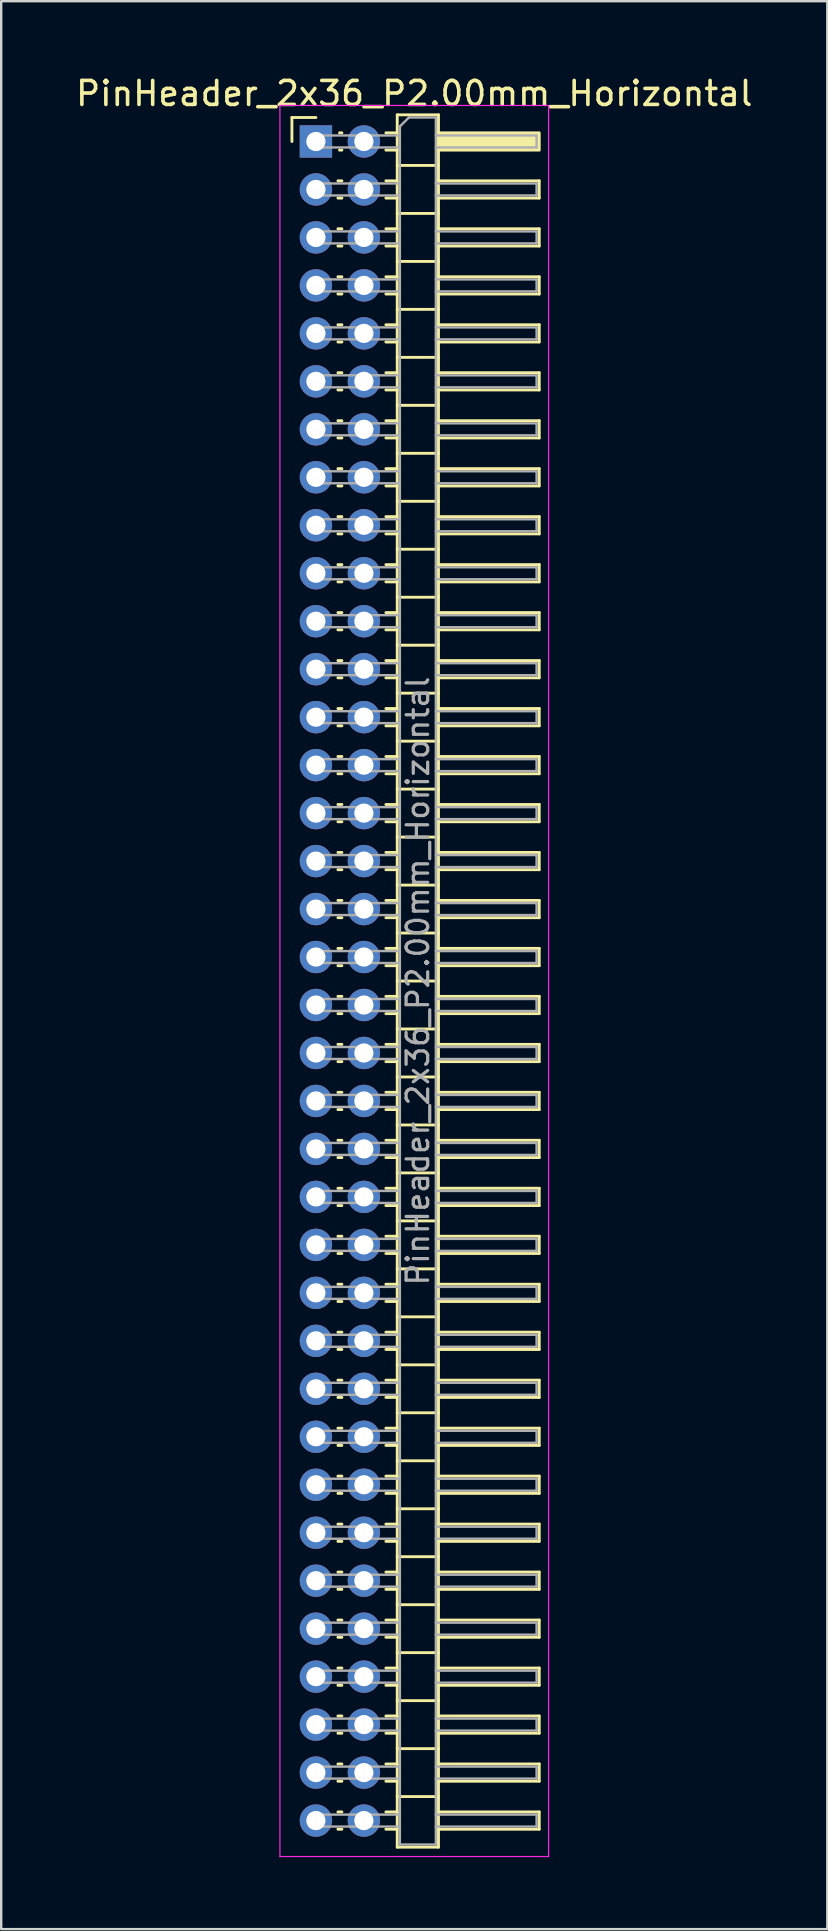
<source format=kicad_pcb>
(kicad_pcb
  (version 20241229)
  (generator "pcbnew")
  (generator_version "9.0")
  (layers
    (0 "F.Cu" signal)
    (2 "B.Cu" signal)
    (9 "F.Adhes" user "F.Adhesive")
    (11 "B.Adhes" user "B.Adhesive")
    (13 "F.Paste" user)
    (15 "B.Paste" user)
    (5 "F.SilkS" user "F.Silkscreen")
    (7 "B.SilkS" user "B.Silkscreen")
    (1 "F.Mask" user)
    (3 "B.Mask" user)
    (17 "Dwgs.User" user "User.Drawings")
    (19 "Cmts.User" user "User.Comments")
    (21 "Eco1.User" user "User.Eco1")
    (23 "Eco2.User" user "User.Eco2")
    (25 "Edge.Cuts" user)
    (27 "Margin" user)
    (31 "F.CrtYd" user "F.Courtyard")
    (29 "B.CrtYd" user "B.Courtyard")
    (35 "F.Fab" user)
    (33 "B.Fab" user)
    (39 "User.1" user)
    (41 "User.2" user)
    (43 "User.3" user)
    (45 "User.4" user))
  (footprint "PinHeader_2x36_P2.00mm_Horizontal"
    (layer "F.Cu")
    (at 10.12 2.848)
    (property "Reference" "PinHeader_2x36_P2.00mm_Horizontal" (at 4.1 -2 0) (layer "F.SilkS") (effects (font (size 1 1) (thickness 0.15))))
    (attr through_hole)
    (fp_line (start -1 -1) (end 0 -1) (stroke (width 0.12) (type solid)) (layer "F.SilkS"))
    (fp_line (start -1 0) (end -1 -1) (stroke (width 0.12) (type solid)) (layer "F.SilkS"))
    (fp_line (start 0.917 1.64) (end 1.083 1.64) (stroke (width 0.12) (type solid)) (layer "F.SilkS"))
    (fp_line (start 0.917 2.36) (end 1.083 2.36) (stroke (width 0.12) (type solid)) (layer "F.SilkS"))
    (fp_line (start 0.917 3.64) (end 1.083 3.64) (stroke (width 0.12) (type solid)) (layer "F.SilkS"))
    (fp_line (start 0.917 4.36) (end 1.083 4.36) (stroke (width 0.12) (type solid)) (layer "F.SilkS"))
    (fp_line (start 0.917 5.64) (end 1.083 5.64) (stroke (width 0.12) (type solid)) (layer "F.SilkS"))
    (fp_line (start 0.917 6.36) (end 1.083 6.36) (stroke (width 0.12) (type solid)) (layer "F.SilkS"))
    (fp_line (start 0.917 7.64) (end 1.083 7.64) (stroke (width 0.12) (type solid)) (layer "F.SilkS"))
    (fp_line (start 0.917 8.36) (end 1.083 8.36) (stroke (width 0.12) (type solid)) (layer "F.SilkS"))
    (fp_line (start 0.917 9.64) (end 1.083 9.64) (stroke (width 0.12) (type solid)) (layer "F.SilkS"))
    (fp_line (start 0.917 10.36) (end 1.083 10.36) (stroke (width 0.12) (type solid)) (layer "F.SilkS"))
    (fp_line (start 0.917 11.64) (end 1.083 11.64) (stroke (width 0.12) (type solid)) (layer "F.SilkS"))
    (fp_line (start 0.917 12.36) (end 1.083 12.36) (stroke (width 0.12) (type solid)) (layer "F.SilkS"))
    (fp_line (start 0.917 13.64) (end 1.083 13.64) (stroke (width 0.12) (type solid)) (layer "F.SilkS"))
    (fp_line (start 0.917 14.36) (end 1.083 14.36) (stroke (width 0.12) (type solid)) (layer "F.SilkS"))
    (fp_line (start 0.917 15.64) (end 1.083 15.64) (stroke (width 0.12) (type solid)) (layer "F.SilkS"))
    (fp_line (start 0.917 16.36) (end 1.083 16.36) (stroke (width 0.12) (type solid)) (layer "F.SilkS"))
    (fp_line (start 0.917 17.64) (end 1.083 17.64) (stroke (width 0.12) (type solid)) (layer "F.SilkS"))
    (fp_line (start 0.917 18.36) (end 1.083 18.36) (stroke (width 0.12) (type solid)) (layer "F.SilkS"))
    (fp_line (start 0.917 19.64) (end 1.083 19.64) (stroke (width 0.12) (type solid)) (layer "F.SilkS"))
    (fp_line (start 0.917 20.36) (end 1.083 20.36) (stroke (width 0.12) (type solid)) (layer "F.SilkS"))
    (fp_line (start 0.917 21.64) (end 1.083 21.64) (stroke (width 0.12) (type solid)) (layer "F.SilkS"))
    (fp_line (start 0.917 22.36) (end 1.083 22.36) (stroke (width 0.12) (type solid)) (layer "F.SilkS"))
    (fp_line (start 0.917 23.64) (end 1.083 23.64) (stroke (width 0.12) (type solid)) (layer "F.SilkS"))
    (fp_line (start 0.917 24.36) (end 1.083 24.36) (stroke (width 0.12) (type solid)) (layer "F.SilkS"))
    (fp_line (start 0.917 25.64) (end 1.083 25.64) (stroke (width 0.12) (type solid)) (layer "F.SilkS"))
    (fp_line (start 0.917 26.36) (end 1.083 26.36) (stroke (width 0.12) (type solid)) (layer "F.SilkS"))
    (fp_line (start 0.917 27.64) (end 1.083 27.64) (stroke (width 0.12) (type solid)) (layer "F.SilkS"))
    (fp_line (start 0.917 28.36) (end 1.083 28.36) (stroke (width 0.12) (type solid)) (layer "F.SilkS"))
    (fp_line (start 0.917 29.64) (end 1.083 29.64) (stroke (width 0.12) (type solid)) (layer "F.SilkS"))
    (fp_line (start 0.917 30.36) (end 1.083 30.36) (stroke (width 0.12) (type solid)) (layer "F.SilkS"))
    (fp_line (start 0.917 31.64) (end 1.083 31.64) (stroke (width 0.12) (type solid)) (layer "F.SilkS"))
    (fp_line (start 0.917 32.36) (end 1.083 32.36) (stroke (width 0.12) (type solid)) (layer "F.SilkS"))
    (fp_line (start 0.917 33.64) (end 1.083 33.64) (stroke (width 0.12) (type solid)) (layer "F.SilkS"))
    (fp_line (start 0.917 34.36) (end 1.083 34.36) (stroke (width 0.12) (type solid)) (layer "F.SilkS"))
    (fp_line (start 0.917 35.64) (end 1.083 35.64) (stroke (width 0.12) (type solid)) (layer "F.SilkS"))
    (fp_line (start 0.917 36.36) (end 1.083 36.36) (stroke (width 0.12) (type solid)) (layer "F.SilkS"))
    (fp_line (start 0.917 37.64) (end 1.083 37.64) (stroke (width 0.12) (type solid)) (layer "F.SilkS"))
    (fp_line (start 0.917 38.36) (end 1.083 38.36) (stroke (width 0.12) (type solid)) (layer "F.SilkS"))
    (fp_line (start 0.917 39.64) (end 1.083 39.64) (stroke (width 0.12) (type solid)) (layer "F.SilkS"))
    (fp_line (start 0.917 40.36) (end 1.083 40.36) (stroke (width 0.12) (type solid)) (layer "F.SilkS"))
    (fp_line (start 0.917 41.64) (end 1.083 41.64) (stroke (width 0.12) (type solid)) (layer "F.SilkS"))
    (fp_line (start 0.917 42.36) (end 1.083 42.36) (stroke (width 0.12) (type solid)) (layer "F.SilkS"))
    (fp_line (start 0.917 43.64) (end 1.083 43.64) (stroke (width 0.12) (type solid)) (layer "F.SilkS"))
    (fp_line (start 0.917 44.36) (end 1.083 44.36) (stroke (width 0.12) (type solid)) (layer "F.SilkS"))
    (fp_line (start 0.917 45.64) (end 1.083 45.64) (stroke (width 0.12) (type solid)) (layer "F.SilkS"))
    (fp_line (start 0.917 46.36) (end 1.083 46.36) (stroke (width 0.12) (type solid)) (layer "F.SilkS"))
    (fp_line (start 0.917 47.64) (end 1.083 47.64) (stroke (width 0.12) (type solid)) (layer "F.SilkS"))
    (fp_line (start 0.917 48.36) (end 1.083 48.36) (stroke (width 0.12) (type solid)) (layer "F.SilkS"))
    (fp_line (start 0.917 49.64) (end 1.083 49.64) (stroke (width 0.12) (type solid)) (layer "F.SilkS"))
    (fp_line (start 0.917 50.36) (end 1.083 50.36) (stroke (width 0.12) (type solid)) (layer "F.SilkS"))
    (fp_line (start 0.917 51.64) (end 1.083 51.64) (stroke (width 0.12) (type solid)) (layer "F.SilkS"))
    (fp_line (start 0.917 52.36) (end 1.083 52.36) (stroke (width 0.12) (type solid)) (layer "F.SilkS"))
    (fp_line (start 0.917 53.64) (end 1.083 53.64) (stroke (width 0.12) (type solid)) (layer "F.SilkS"))
    (fp_line (start 0.917 54.36) (end 1.083 54.36) (stroke (width 0.12) (type solid)) (layer "F.SilkS"))
    (fp_line (start 0.917 55.64) (end 1.083 55.64) (stroke (width 0.12) (type solid)) (layer "F.SilkS"))
    (fp_line (start 0.917 56.36) (end 1.083 56.36) (stroke (width 0.12) (type solid)) (layer "F.SilkS"))
    (fp_line (start 0.917 57.64) (end 1.083 57.64) (stroke (width 0.12) (type solid)) (layer "F.SilkS"))
    (fp_line (start 0.917 58.36) (end 1.083 58.36) (stroke (width 0.12) (type solid)) (layer "F.SilkS"))
    (fp_line (start 0.917 59.64) (end 1.083 59.64) (stroke (width 0.12) (type solid)) (layer "F.SilkS"))
    (fp_line (start 0.917 60.36) (end 1.083 60.36) (stroke (width 0.12) (type solid)) (layer "F.SilkS"))
    (fp_line (start 0.917 61.64) (end 1.083 61.64) (stroke (width 0.12) (type solid)) (layer "F.SilkS"))
    (fp_line (start 0.917 62.36) (end 1.083 62.36) (stroke (width 0.12) (type solid)) (layer "F.SilkS"))
    (fp_line (start 0.917 63.64) (end 1.083 63.64) (stroke (width 0.12) (type solid)) (layer "F.SilkS"))
    (fp_line (start 0.917 64.36) (end 1.083 64.36) (stroke (width 0.12) (type solid)) (layer "F.SilkS"))
    (fp_line (start 0.917 65.64) (end 1.083 65.64) (stroke (width 0.12) (type solid)) (layer "F.SilkS"))
    (fp_line (start 0.917 66.36) (end 1.083 66.36) (stroke (width 0.12) (type solid)) (layer "F.SilkS"))
    (fp_line (start 0.917 67.64) (end 1.083 67.64) (stroke (width 0.12) (type solid)) (layer "F.SilkS"))
    (fp_line (start 0.917 68.36) (end 1.083 68.36) (stroke (width 0.12) (type solid)) (layer "F.SilkS"))
    (fp_line (start 0.917 69.64) (end 1.083 69.64) (stroke (width 0.12) (type solid)) (layer "F.SilkS"))
    (fp_line (start 0.917 70.36) (end 1.083 70.36) (stroke (width 0.12) (type solid)) (layer "F.SilkS"))
    (fp_line (start 0.985 -0.36) (end 1.083 -0.36) (stroke (width 0.12) (type solid)) (layer "F.SilkS"))
    (fp_line (start 0.985 0.36) (end 1.083 0.36) (stroke (width 0.12) (type solid)) (layer "F.SilkS"))
    (fp_line (start 2.917 -0.36) (end 3.39 -0.36) (stroke (width 0.12) (type solid)) (layer "F.SilkS"))
    (fp_line (start 2.917 0.36) (end 3.39 0.36) (stroke (width 0.12) (type solid)) (layer "F.SilkS"))
    (fp_line (start 2.917 1.64) (end 3.39 1.64) (stroke (width 0.12) (type solid)) (layer "F.SilkS"))
    (fp_line (start 2.917 2.36) (end 3.39 2.36) (stroke (width 0.12) (type solid)) (layer "F.SilkS"))
    (fp_line (start 2.917 3.64) (end 3.39 3.64) (stroke (width 0.12) (type solid)) (layer "F.SilkS"))
    (fp_line (start 2.917 4.36) (end 3.39 4.36) (stroke (width 0.12) (type solid)) (layer "F.SilkS"))
    (fp_line (start 2.917 5.64) (end 3.39 5.64) (stroke (width 0.12) (type solid)) (layer "F.SilkS"))
    (fp_line (start 2.917 6.36) (end 3.39 6.36) (stroke (width 0.12) (type solid)) (layer "F.SilkS"))
    (fp_line (start 2.917 7.64) (end 3.39 7.64) (stroke (width 0.12) (type solid)) (layer "F.SilkS"))
    (fp_line (start 2.917 8.36) (end 3.39 8.36) (stroke (width 0.12) (type solid)) (layer "F.SilkS"))
    (fp_line (start 2.917 9.64) (end 3.39 9.64) (stroke (width 0.12) (type solid)) (layer "F.SilkS"))
    (fp_line (start 2.917 10.36) (end 3.39 10.36) (stroke (width 0.12) (type solid)) (layer "F.SilkS"))
    (fp_line (start 2.917 11.64) (end 3.39 11.64) (stroke (width 0.12) (type solid)) (layer "F.SilkS"))
    (fp_line (start 2.917 12.36) (end 3.39 12.36) (stroke (width 0.12) (type solid)) (layer "F.SilkS"))
    (fp_line (start 2.917 13.64) (end 3.39 13.64) (stroke (width 0.12) (type solid)) (layer "F.SilkS"))
    (fp_line (start 2.917 14.36) (end 3.39 14.36) (stroke (width 0.12) (type solid)) (layer "F.SilkS"))
    (fp_line (start 2.917 15.64) (end 3.39 15.64) (stroke (width 0.12) (type solid)) (layer "F.SilkS"))
    (fp_line (start 2.917 16.36) (end 3.39 16.36) (stroke (width 0.12) (type solid)) (layer "F.SilkS"))
    (fp_line (start 2.917 17.64) (end 3.39 17.64) (stroke (width 0.12) (type solid)) (layer "F.SilkS"))
    (fp_line (start 2.917 18.36) (end 3.39 18.36) (stroke (width 0.12) (type solid)) (layer "F.SilkS"))
    (fp_line (start 2.917 19.64) (end 3.39 19.64) (stroke (width 0.12) (type solid)) (layer "F.SilkS"))
    (fp_line (start 2.917 20.36) (end 3.39 20.36) (stroke (width 0.12) (type solid)) (layer "F.SilkS"))
    (fp_line (start 2.917 21.64) (end 3.39 21.64) (stroke (width 0.12) (type solid)) (layer "F.SilkS"))
    (fp_line (start 2.917 22.36) (end 3.39 22.36) (stroke (width 0.12) (type solid)) (layer "F.SilkS"))
    (fp_line (start 2.917 23.64) (end 3.39 23.64) (stroke (width 0.12) (type solid)) (layer "F.SilkS"))
    (fp_line (start 2.917 24.36) (end 3.39 24.36) (stroke (width 0.12) (type solid)) (layer "F.SilkS"))
    (fp_line (start 2.917 25.64) (end 3.39 25.64) (stroke (width 0.12) (type solid)) (layer "F.SilkS"))
    (fp_line (start 2.917 26.36) (end 3.39 26.36) (stroke (width 0.12) (type solid)) (layer "F.SilkS"))
    (fp_line (start 2.917 27.64) (end 3.39 27.64) (stroke (width 0.12) (type solid)) (layer "F.SilkS"))
    (fp_line (start 2.917 28.36) (end 3.39 28.36) (stroke (width 0.12) (type solid)) (layer "F.SilkS"))
    (fp_line (start 2.917 29.64) (end 3.39 29.64) (stroke (width 0.12) (type solid)) (layer "F.SilkS"))
    (fp_line (start 2.917 30.36) (end 3.39 30.36) (stroke (width 0.12) (type solid)) (layer "F.SilkS"))
    (fp_line (start 2.917 31.64) (end 3.39 31.64) (stroke (width 0.12) (type solid)) (layer "F.SilkS"))
    (fp_line (start 2.917 32.36) (end 3.39 32.36) (stroke (width 0.12) (type solid)) (layer "F.SilkS"))
    (fp_line (start 2.917 33.64) (end 3.39 33.64) (stroke (width 0.12) (type solid)) (layer "F.SilkS"))
    (fp_line (start 2.917 34.36) (end 3.39 34.36) (stroke (width 0.12) (type solid)) (layer "F.SilkS"))
    (fp_line (start 2.917 35.64) (end 3.39 35.64) (stroke (width 0.12) (type solid)) (layer "F.SilkS"))
    (fp_line (start 2.917 36.36) (end 3.39 36.36) (stroke (width 0.12) (type solid)) (layer "F.SilkS"))
    (fp_line (start 2.917 37.64) (end 3.39 37.64) (stroke (width 0.12) (type solid)) (layer "F.SilkS"))
    (fp_line (start 2.917 38.36) (end 3.39 38.36) (stroke (width 0.12) (type solid)) (layer "F.SilkS"))
    (fp_line (start 2.917 39.64) (end 3.39 39.64) (stroke (width 0.12) (type solid)) (layer "F.SilkS"))
    (fp_line (start 2.917 40.36) (end 3.39 40.36) (stroke (width 0.12) (type solid)) (layer "F.SilkS"))
    (fp_line (start 2.917 41.64) (end 3.39 41.64) (stroke (width 0.12) (type solid)) (layer "F.SilkS"))
    (fp_line (start 2.917 42.36) (end 3.39 42.36) (stroke (width 0.12) (type solid)) (layer "F.SilkS"))
    (fp_line (start 2.917 43.64) (end 3.39 43.64) (stroke (width 0.12) (type solid)) (layer "F.SilkS"))
    (fp_line (start 2.917 44.36) (end 3.39 44.36) (stroke (width 0.12) (type solid)) (layer "F.SilkS"))
    (fp_line (start 2.917 45.64) (end 3.39 45.64) (stroke (width 0.12) (type solid)) (layer "F.SilkS"))
    (fp_line (start 2.917 46.36) (end 3.39 46.36) (stroke (width 0.12) (type solid)) (layer "F.SilkS"))
    (fp_line (start 2.917 47.64) (end 3.39 47.64) (stroke (width 0.12) (type solid)) (layer "F.SilkS"))
    (fp_line (start 2.917 48.36) (end 3.39 48.36) (stroke (width 0.12) (type solid)) (layer "F.SilkS"))
    (fp_line (start 2.917 49.64) (end 3.39 49.64) (stroke (width 0.12) (type solid)) (layer "F.SilkS"))
    (fp_line (start 2.917 50.36) (end 3.39 50.36) (stroke (width 0.12) (type solid)) (layer "F.SilkS"))
    (fp_line (start 2.917 51.64) (end 3.39 51.64) (stroke (width 0.12) (type solid)) (layer "F.SilkS"))
    (fp_line (start 2.917 52.36) (end 3.39 52.36) (stroke (width 0.12) (type solid)) (layer "F.SilkS"))
    (fp_line (start 2.917 53.64) (end 3.39 53.64) (stroke (width 0.12) (type solid)) (layer "F.SilkS"))
    (fp_line (start 2.917 54.36) (end 3.39 54.36) (stroke (width 0.12) (type solid)) (layer "F.SilkS"))
    (fp_line (start 2.917 55.64) (end 3.39 55.64) (stroke (width 0.12) (type solid)) (layer "F.SilkS"))
    (fp_line (start 2.917 56.36) (end 3.39 56.36) (stroke (width 0.12) (type solid)) (layer "F.SilkS"))
    (fp_line (start 2.917 57.64) (end 3.39 57.64) (stroke (width 0.12) (type solid)) (layer "F.SilkS"))
    (fp_line (start 2.917 58.36) (end 3.39 58.36) (stroke (width 0.12) (type solid)) (layer "F.SilkS"))
    (fp_line (start 2.917 59.64) (end 3.39 59.64) (stroke (width 0.12) (type solid)) (layer "F.SilkS"))
    (fp_line (start 2.917 60.36) (end 3.39 60.36) (stroke (width 0.12) (type solid)) (layer "F.SilkS"))
    (fp_line (start 2.917 61.64) (end 3.39 61.64) (stroke (width 0.12) (type solid)) (layer "F.SilkS"))
    (fp_line (start 2.917 62.36) (end 3.39 62.36) (stroke (width 0.12) (type solid)) (layer "F.SilkS"))
    (fp_line (start 2.917 63.64) (end 3.39 63.64) (stroke (width 0.12) (type solid)) (layer "F.SilkS"))
    (fp_line (start 2.917 64.36) (end 3.39 64.36) (stroke (width 0.12) (type solid)) (layer "F.SilkS"))
    (fp_line (start 2.917 65.64) (end 3.39 65.64) (stroke (width 0.12) (type solid)) (layer "F.SilkS"))
    (fp_line (start 2.917 66.36) (end 3.39 66.36) (stroke (width 0.12) (type solid)) (layer "F.SilkS"))
    (fp_line (start 2.917 67.64) (end 3.39 67.64) (stroke (width 0.12) (type solid)) (layer "F.SilkS"))
    (fp_line (start 2.917 68.36) (end 3.39 68.36) (stroke (width 0.12) (type solid)) (layer "F.SilkS"))
    (fp_line (start 2.917 69.64) (end 3.39 69.64) (stroke (width 0.12) (type solid)) (layer "F.SilkS"))
    (fp_line (start 2.917 70.36) (end 3.39 70.36) (stroke (width 0.12) (type solid)) (layer "F.SilkS"))
    (fp_line (start 3.39 -1.11) (end 3.39 71.11) (stroke (width 0.12) (type solid)) (layer "F.SilkS"))
    (fp_line (start 3.39 1) (end 5.11 1) (stroke (width 0.12) (type solid)) (layer "F.SilkS"))
    (fp_line (start 3.39 3) (end 5.11 3) (stroke (width 0.12) (type solid)) (layer "F.SilkS"))
    (fp_line (start 3.39 5) (end 5.11 5) (stroke (width 0.12) (type solid)) (layer "F.SilkS"))
    (fp_line (start 3.39 7) (end 5.11 7) (stroke (width 0.12) (type solid)) (layer "F.SilkS"))
    (fp_line (start 3.39 9) (end 5.11 9) (stroke (width 0.12) (type solid)) (layer "F.SilkS"))
    (fp_line (start 3.39 11) (end 5.11 11) (stroke (width 0.12) (type solid)) (layer "F.SilkS"))
    (fp_line (start 3.39 13) (end 5.11 13) (stroke (width 0.12) (type solid)) (layer "F.SilkS"))
    (fp_line (start 3.39 15) (end 5.11 15) (stroke (width 0.12) (type solid)) (layer "F.SilkS"))
    (fp_line (start 3.39 17) (end 5.11 17) (stroke (width 0.12) (type solid)) (layer "F.SilkS"))
    (fp_line (start 3.39 19) (end 5.11 19) (stroke (width 0.12) (type solid)) (layer "F.SilkS"))
    (fp_line (start 3.39 21) (end 5.11 21) (stroke (width 0.12) (type solid)) (layer "F.SilkS"))
    (fp_line (start 3.39 23) (end 5.11 23) (stroke (width 0.12) (type solid)) (layer "F.SilkS"))
    (fp_line (start 3.39 25) (end 5.11 25) (stroke (width 0.12) (type solid)) (layer "F.SilkS"))
    (fp_line (start 3.39 27) (end 5.11 27) (stroke (width 0.12) (type solid)) (layer "F.SilkS"))
    (fp_line (start 3.39 29) (end 5.11 29) (stroke (width 0.12) (type solid)) (layer "F.SilkS"))
    (fp_line (start 3.39 31) (end 5.11 31) (stroke (width 0.12) (type solid)) (layer "F.SilkS"))
    (fp_line (start 3.39 33) (end 5.11 33) (stroke (width 0.12) (type solid)) (layer "F.SilkS"))
    (fp_line (start 3.39 35) (end 5.11 35) (stroke (width 0.12) (type solid)) (layer "F.SilkS"))
    (fp_line (start 3.39 37) (end 5.11 37) (stroke (width 0.12) (type solid)) (layer "F.SilkS"))
    (fp_line (start 3.39 39) (end 5.11 39) (stroke (width 0.12) (type solid)) (layer "F.SilkS"))
    (fp_line (start 3.39 41) (end 5.11 41) (stroke (width 0.12) (type solid)) (layer "F.SilkS"))
    (fp_line (start 3.39 43) (end 5.11 43) (stroke (width 0.12) (type solid)) (layer "F.SilkS"))
    (fp_line (start 3.39 45) (end 5.11 45) (stroke (width 0.12) (type solid)) (layer "F.SilkS"))
    (fp_line (start 3.39 47) (end 5.11 47) (stroke (width 0.12) (type solid)) (layer "F.SilkS"))
    (fp_line (start 3.39 49) (end 5.11 49) (stroke (width 0.12) (type solid)) (layer "F.SilkS"))
    (fp_line (start 3.39 51) (end 5.11 51) (stroke (width 0.12) (type solid)) (layer "F.SilkS"))
    (fp_line (start 3.39 53) (end 5.11 53) (stroke (width 0.12) (type solid)) (layer "F.SilkS"))
    (fp_line (start 3.39 55) (end 5.11 55) (stroke (width 0.12) (type solid)) (layer "F.SilkS"))
    (fp_line (start 3.39 57) (end 5.11 57) (stroke (width 0.12) (type solid)) (layer "F.SilkS"))
    (fp_line (start 3.39 59) (end 5.11 59) (stroke (width 0.12) (type solid)) (layer "F.SilkS"))
    (fp_line (start 3.39 61) (end 5.11 61) (stroke (width 0.12) (type solid)) (layer "F.SilkS"))
    (fp_line (start 3.39 63) (end 5.11 63) (stroke (width 0.12) (type solid)) (layer "F.SilkS"))
    (fp_line (start 3.39 65) (end 5.11 65) (stroke (width 0.12) (type solid)) (layer "F.SilkS"))
    (fp_line (start 3.39 67) (end 5.11 67) (stroke (width 0.12) (type solid)) (layer "F.SilkS"))
    (fp_line (start 3.39 69) (end 5.11 69) (stroke (width 0.12) (type solid)) (layer "F.SilkS"))
    (fp_line (start 3.39 71.11) (end 5.11 71.11) (stroke (width 0.12) (type solid)) (layer "F.SilkS"))
    (fp_line (start 5.11 -1.11) (end 3.39 -1.11) (stroke (width 0.12) (type solid)) (layer "F.SilkS"))
    (fp_line (start 5.11 1.64) (end 9.31 1.64) (stroke (width 0.12) (type solid)) (layer "F.SilkS"))
    (fp_line (start 5.11 3.64) (end 9.31 3.64) (stroke (width 0.12) (type solid)) (layer "F.SilkS"))
    (fp_line (start 5.11 5.64) (end 9.31 5.64) (stroke (width 0.12) (type solid)) (layer "F.SilkS"))
    (fp_line (start 5.11 7.64) (end 9.31 7.64) (stroke (width 0.12) (type solid)) (layer "F.SilkS"))
    (fp_line (start 5.11 9.64) (end 9.31 9.64) (stroke (width 0.12) (type solid)) (layer "F.SilkS"))
    (fp_line (start 5.11 11.64) (end 9.31 11.64) (stroke (width 0.12) (type solid)) (layer "F.SilkS"))
    (fp_line (start 5.11 13.64) (end 9.31 13.64) (stroke (width 0.12) (type solid)) (layer "F.SilkS"))
    (fp_line (start 5.11 15.64) (end 9.31 15.64) (stroke (width 0.12) (type solid)) (layer "F.SilkS"))
    (fp_line (start 5.11 17.64) (end 9.31 17.64) (stroke (width 0.12) (type solid)) (layer "F.SilkS"))
    (fp_line (start 5.11 19.64) (end 9.31 19.64) (stroke (width 0.12) (type solid)) (layer "F.SilkS"))
    (fp_line (start 5.11 21.64) (end 9.31 21.64) (stroke (width 0.12) (type solid)) (layer "F.SilkS"))
    (fp_line (start 5.11 23.64) (end 9.31 23.64) (stroke (width 0.12) (type solid)) (layer "F.SilkS"))
    (fp_line (start 5.11 25.64) (end 9.31 25.64) (stroke (width 0.12) (type solid)) (layer "F.SilkS"))
    (fp_line (start 5.11 27.64) (end 9.31 27.64) (stroke (width 0.12) (type solid)) (layer "F.SilkS"))
    (fp_line (start 5.11 29.64) (end 9.31 29.64) (stroke (width 0.12) (type solid)) (layer "F.SilkS"))
    (fp_line (start 5.11 31.64) (end 9.31 31.64) (stroke (width 0.12) (type solid)) (layer "F.SilkS"))
    (fp_line (start 5.11 33.64) (end 9.31 33.64) (stroke (width 0.12) (type solid)) (layer "F.SilkS"))
    (fp_line (start 5.11 35.64) (end 9.31 35.64) (stroke (width 0.12) (type solid)) (layer "F.SilkS"))
    (fp_line (start 5.11 37.64) (end 9.31 37.64) (stroke (width 0.12) (type solid)) (layer "F.SilkS"))
    (fp_line (start 5.11 39.64) (end 9.31 39.64) (stroke (width 0.12) (type solid)) (layer "F.SilkS"))
    (fp_line (start 5.11 41.64) (end 9.31 41.64) (stroke (width 0.12) (type solid)) (layer "F.SilkS"))
    (fp_line (start 5.11 43.64) (end 9.31 43.64) (stroke (width 0.12) (type solid)) (layer "F.SilkS"))
    (fp_line (start 5.11 45.64) (end 9.31 45.64) (stroke (width 0.12) (type solid)) (layer "F.SilkS"))
    (fp_line (start 5.11 47.64) (end 9.31 47.64) (stroke (width 0.12) (type solid)) (layer "F.SilkS"))
    (fp_line (start 5.11 49.64) (end 9.31 49.64) (stroke (width 0.12) (type solid)) (layer "F.SilkS"))
    (fp_line (start 5.11 51.64) (end 9.31 51.64) (stroke (width 0.12) (type solid)) (layer "F.SilkS"))
    (fp_line (start 5.11 53.64) (end 9.31 53.64) (stroke (width 0.12) (type solid)) (layer "F.SilkS"))
    (fp_line (start 5.11 55.64) (end 9.31 55.64) (stroke (width 0.12) (type solid)) (layer "F.SilkS"))
    (fp_line (start 5.11 57.64) (end 9.31 57.64) (stroke (width 0.12) (type solid)) (layer "F.SilkS"))
    (fp_line (start 5.11 59.64) (end 9.31 59.64) (stroke (width 0.12) (type solid)) (layer "F.SilkS"))
    (fp_line (start 5.11 61.64) (end 9.31 61.64) (stroke (width 0.12) (type solid)) (layer "F.SilkS"))
    (fp_line (start 5.11 63.64) (end 9.31 63.64) (stroke (width 0.12) (type solid)) (layer "F.SilkS"))
    (fp_line (start 5.11 65.64) (end 9.31 65.64) (stroke (width 0.12) (type solid)) (layer "F.SilkS"))
    (fp_line (start 5.11 67.64) (end 9.31 67.64) (stroke (width 0.12) (type solid)) (layer "F.SilkS"))
    (fp_line (start 5.11 69.64) (end 9.31 69.64) (stroke (width 0.12) (type solid)) (layer "F.SilkS"))
    (fp_line (start 5.11 71.11) (end 5.11 -1.11) (stroke (width 0.12) (type solid)) (layer "F.SilkS"))
    (fp_line (start 9.31 1.64) (end 9.31 2.36) (stroke (width 0.12) (type solid)) (layer "F.SilkS"))
    (fp_line (start 9.31 2.36) (end 5.11 2.36) (stroke (width 0.12) (type solid)) (layer "F.SilkS"))
    (fp_line (start 9.31 3.64) (end 9.31 4.36) (stroke (width 0.12) (type solid)) (layer "F.SilkS"))
    (fp_line (start 9.31 4.36) (end 5.11 4.36) (stroke (width 0.12) (type solid)) (layer "F.SilkS"))
    (fp_line (start 9.31 5.64) (end 9.31 6.36) (stroke (width 0.12) (type solid)) (layer "F.SilkS"))
    (fp_line (start 9.31 6.36) (end 5.11 6.36) (stroke (width 0.12) (type solid)) (layer "F.SilkS"))
    (fp_line (start 9.31 7.64) (end 9.31 8.36) (stroke (width 0.12) (type solid)) (layer "F.SilkS"))
    (fp_line (start 9.31 8.36) (end 5.11 8.36) (stroke (width 0.12) (type solid)) (layer "F.SilkS"))
    (fp_line (start 9.31 9.64) (end 9.31 10.36) (stroke (width 0.12) (type solid)) (layer "F.SilkS"))
    (fp_line (start 9.31 10.36) (end 5.11 10.36) (stroke (width 0.12) (type solid)) (layer "F.SilkS"))
    (fp_line (start 9.31 11.64) (end 9.31 12.36) (stroke (width 0.12) (type solid)) (layer "F.SilkS"))
    (fp_line (start 9.31 12.36) (end 5.11 12.36) (stroke (width 0.12) (type solid)) (layer "F.SilkS"))
    (fp_line (start 9.31 13.64) (end 9.31 14.36) (stroke (width 0.12) (type solid)) (layer "F.SilkS"))
    (fp_line (start 9.31 14.36) (end 5.11 14.36) (stroke (width 0.12) (type solid)) (layer "F.SilkS"))
    (fp_line (start 9.31 15.64) (end 9.31 16.36) (stroke (width 0.12) (type solid)) (layer "F.SilkS"))
    (fp_line (start 9.31 16.36) (end 5.11 16.36) (stroke (width 0.12) (type solid)) (layer "F.SilkS"))
    (fp_line (start 9.31 17.64) (end 9.31 18.36) (stroke (width 0.12) (type solid)) (layer "F.SilkS"))
    (fp_line (start 9.31 18.36) (end 5.11 18.36) (stroke (width 0.12) (type solid)) (layer "F.SilkS"))
    (fp_line (start 9.31 19.64) (end 9.31 20.36) (stroke (width 0.12) (type solid)) (layer "F.SilkS"))
    (fp_line (start 9.31 20.36) (end 5.11 20.36) (stroke (width 0.12) (type solid)) (layer "F.SilkS"))
    (fp_line (start 9.31 21.64) (end 9.31 22.36) (stroke (width 0.12) (type solid)) (layer "F.SilkS"))
    (fp_line (start 9.31 22.36) (end 5.11 22.36) (stroke (width 0.12) (type solid)) (layer "F.SilkS"))
    (fp_line (start 9.31 23.64) (end 9.31 24.36) (stroke (width 0.12) (type solid)) (layer "F.SilkS"))
    (fp_line (start 9.31 24.36) (end 5.11 24.36) (stroke (width 0.12) (type solid)) (layer "F.SilkS"))
    (fp_line (start 9.31 25.64) (end 9.31 26.36) (stroke (width 0.12) (type solid)) (layer "F.SilkS"))
    (fp_line (start 9.31 26.36) (end 5.11 26.36) (stroke (width 0.12) (type solid)) (layer "F.SilkS"))
    (fp_line (start 9.31 27.64) (end 9.31 28.36) (stroke (width 0.12) (type solid)) (layer "F.SilkS"))
    (fp_line (start 9.31 28.36) (end 5.11 28.36) (stroke (width 0.12) (type solid)) (layer "F.SilkS"))
    (fp_line (start 9.31 29.64) (end 9.31 30.36) (stroke (width 0.12) (type solid)) (layer "F.SilkS"))
    (fp_line (start 9.31 30.36) (end 5.11 30.36) (stroke (width 0.12) (type solid)) (layer "F.SilkS"))
    (fp_line (start 9.31 31.64) (end 9.31 32.36) (stroke (width 0.12) (type solid)) (layer "F.SilkS"))
    (fp_line (start 9.31 32.36) (end 5.11 32.36) (stroke (width 0.12) (type solid)) (layer "F.SilkS"))
    (fp_line (start 9.31 33.64) (end 9.31 34.36) (stroke (width 0.12) (type solid)) (layer "F.SilkS"))
    (fp_line (start 9.31 34.36) (end 5.11 34.36) (stroke (width 0.12) (type solid)) (layer "F.SilkS"))
    (fp_line (start 9.31 35.64) (end 9.31 36.36) (stroke (width 0.12) (type solid)) (layer "F.SilkS"))
    (fp_line (start 9.31 36.36) (end 5.11 36.36) (stroke (width 0.12) (type solid)) (layer "F.SilkS"))
    (fp_line (start 9.31 37.64) (end 9.31 38.36) (stroke (width 0.12) (type solid)) (layer "F.SilkS"))
    (fp_line (start 9.31 38.36) (end 5.11 38.36) (stroke (width 0.12) (type solid)) (layer "F.SilkS"))
    (fp_line (start 9.31 39.64) (end 9.31 40.36) (stroke (width 0.12) (type solid)) (layer "F.SilkS"))
    (fp_line (start 9.31 40.36) (end 5.11 40.36) (stroke (width 0.12) (type solid)) (layer "F.SilkS"))
    (fp_line (start 9.31 41.64) (end 9.31 42.36) (stroke (width 0.12) (type solid)) (layer "F.SilkS"))
    (fp_line (start 9.31 42.36) (end 5.11 42.36) (stroke (width 0.12) (type solid)) (layer "F.SilkS"))
    (fp_line (start 9.31 43.64) (end 9.31 44.36) (stroke (width 0.12) (type solid)) (layer "F.SilkS"))
    (fp_line (start 9.31 44.36) (end 5.11 44.36) (stroke (width 0.12) (type solid)) (layer "F.SilkS"))
    (fp_line (start 9.31 45.64) (end 9.31 46.36) (stroke (width 0.12) (type solid)) (layer "F.SilkS"))
    (fp_line (start 9.31 46.36) (end 5.11 46.36) (stroke (width 0.12) (type solid)) (layer "F.SilkS"))
    (fp_line (start 9.31 47.64) (end 9.31 48.36) (stroke (width 0.12) (type solid)) (layer "F.SilkS"))
    (fp_line (start 9.31 48.36) (end 5.11 48.36) (stroke (width 0.12) (type solid)) (layer "F.SilkS"))
    (fp_line (start 9.31 49.64) (end 9.31 50.36) (stroke (width 0.12) (type solid)) (layer "F.SilkS"))
    (fp_line (start 9.31 50.36) (end 5.11 50.36) (stroke (width 0.12) (type solid)) (layer "F.SilkS"))
    (fp_line (start 9.31 51.64) (end 9.31 52.36) (stroke (width 0.12) (type solid)) (layer "F.SilkS"))
    (fp_line (start 9.31 52.36) (end 5.11 52.36) (stroke (width 0.12) (type solid)) (layer "F.SilkS"))
    (fp_line (start 9.31 53.64) (end 9.31 54.36) (stroke (width 0.12) (type solid)) (layer "F.SilkS"))
    (fp_line (start 9.31 54.36) (end 5.11 54.36) (stroke (width 0.12) (type solid)) (layer "F.SilkS"))
    (fp_line (start 9.31 55.64) (end 9.31 56.36) (stroke (width 0.12) (type solid)) (layer "F.SilkS"))
    (fp_line (start 9.31 56.36) (end 5.11 56.36) (stroke (width 0.12) (type solid)) (layer "F.SilkS"))
    (fp_line (start 9.31 57.64) (end 9.31 58.36) (stroke (width 0.12) (type solid)) (layer "F.SilkS"))
    (fp_line (start 9.31 58.36) (end 5.11 58.36) (stroke (width 0.12) (type solid)) (layer "F.SilkS"))
    (fp_line (start 9.31 59.64) (end 9.31 60.36) (stroke (width 0.12) (type solid)) (layer "F.SilkS"))
    (fp_line (start 9.31 60.36) (end 5.11 60.36) (stroke (width 0.12) (type solid)) (layer "F.SilkS"))
    (fp_line (start 9.31 61.64) (end 9.31 62.36) (stroke (width 0.12) (type solid)) (layer "F.SilkS"))
    (fp_line (start 9.31 62.36) (end 5.11 62.36) (stroke (width 0.12) (type solid)) (layer "F.SilkS"))
    (fp_line (start 9.31 63.64) (end 9.31 64.36) (stroke (width 0.12) (type solid)) (layer "F.SilkS"))
    (fp_line (start 9.31 64.36) (end 5.11 64.36) (stroke (width 0.12) (type solid)) (layer "F.SilkS"))
    (fp_line (start 9.31 65.64) (end 9.31 66.36) (stroke (width 0.12) (type solid)) (layer "F.SilkS"))
    (fp_line (start 9.31 66.36) (end 5.11 66.36) (stroke (width 0.12) (type solid)) (layer "F.SilkS"))
    (fp_line (start 9.31 67.64) (end 9.31 68.36) (stroke (width 0.12) (type solid)) (layer "F.SilkS"))
    (fp_line (start 9.31 68.36) (end 5.11 68.36) (stroke (width 0.12) (type solid)) (layer "F.SilkS"))
    (fp_line (start 9.31 69.64) (end 9.31 70.36) (stroke (width 0.12) (type solid)) (layer "F.SilkS"))
    (fp_line (start 9.31 70.36) (end 5.11 70.36) (stroke (width 0.12) (type solid)) (layer "F.SilkS"))
    (fp_rect (start 5.11 -0.36) (end 9.31 0.36) (stroke (width 0.12) (type solid)) (fill yes) (layer "F.SilkS"))
    (fp_line (start -1.5 -1.5) (end -1.5 71.5) (stroke (width 0.05) (type solid)) (layer "F.CrtYd"))
    (fp_line (start -1.5 71.5) (end 9.7 71.5) (stroke (width 0.05) (type solid)) (layer "F.CrtYd"))
    (fp_line (start 9.7 -1.5) (end -1.5 -1.5) (stroke (width 0.05) (type solid)) (layer "F.CrtYd"))
    (fp_line (start 9.7 71.5) (end 9.7 -1.5) (stroke (width 0.05) (type solid)) (layer "F.CrtYd"))
    (fp_line (start -0.25 -0.25) (end -0.25 0.25) (stroke (width 0.1) (type solid)) (layer "F.Fab"))
    (fp_line (start -0.25 -0.25) (end 3.5 -0.25) (stroke (width 0.1) (type solid)) (layer "F.Fab"))
    (fp_line (start -0.25 0.25) (end 3.5 0.25) (stroke (width 0.1) (type solid)) (layer "F.Fab"))
    (fp_line (start -0.25 1.75) (end -0.25 2.25) (stroke (width 0.1) (type solid)) (layer "F.Fab"))
    (fp_line (start -0.25 1.75) (end 3.5 1.75) (stroke (width 0.1) (type solid)) (layer "F.Fab"))
    (fp_line (start -0.25 2.25) (end 3.5 2.25) (stroke (width 0.1) (type solid)) (layer "F.Fab"))
    (fp_line (start -0.25 3.75) (end -0.25 4.25) (stroke (width 0.1) (type solid)) (layer "F.Fab"))
    (fp_line (start -0.25 3.75) (end 3.5 3.75) (stroke (width 0.1) (type solid)) (layer "F.Fab"))
    (fp_line (start -0.25 4.25) (end 3.5 4.25) (stroke (width 0.1) (type solid)) (layer "F.Fab"))
    (fp_line (start -0.25 5.75) (end -0.25 6.25) (stroke (width 0.1) (type solid)) (layer "F.Fab"))
    (fp_line (start -0.25 5.75) (end 3.5 5.75) (stroke (width 0.1) (type solid)) (layer "F.Fab"))
    (fp_line (start -0.25 6.25) (end 3.5 6.25) (stroke (width 0.1) (type solid)) (layer "F.Fab"))
    (fp_line (start -0.25 7.75) (end -0.25 8.25) (stroke (width 0.1) (type solid)) (layer "F.Fab"))
    (fp_line (start -0.25 7.75) (end 3.5 7.75) (stroke (width 0.1) (type solid)) (layer "F.Fab"))
    (fp_line (start -0.25 8.25) (end 3.5 8.25) (stroke (width 0.1) (type solid)) (layer "F.Fab"))
    (fp_line (start -0.25 9.75) (end -0.25 10.25) (stroke (width 0.1) (type solid)) (layer "F.Fab"))
    (fp_line (start -0.25 9.75) (end 3.5 9.75) (stroke (width 0.1) (type solid)) (layer "F.Fab"))
    (fp_line (start -0.25 10.25) (end 3.5 10.25) (stroke (width 0.1) (type solid)) (layer "F.Fab"))
    (fp_line (start -0.25 11.75) (end -0.25 12.25) (stroke (width 0.1) (type solid)) (layer "F.Fab"))
    (fp_line (start -0.25 11.75) (end 3.5 11.75) (stroke (width 0.1) (type solid)) (layer "F.Fab"))
    (fp_line (start -0.25 12.25) (end 3.5 12.25) (stroke (width 0.1) (type solid)) (layer "F.Fab"))
    (fp_line (start -0.25 13.75) (end -0.25 14.25) (stroke (width 0.1) (type solid)) (layer "F.Fab"))
    (fp_line (start -0.25 13.75) (end 3.5 13.75) (stroke (width 0.1) (type solid)) (layer "F.Fab"))
    (fp_line (start -0.25 14.25) (end 3.5 14.25) (stroke (width 0.1) (type solid)) (layer "F.Fab"))
    (fp_line (start -0.25 15.75) (end -0.25 16.25) (stroke (width 0.1) (type solid)) (layer "F.Fab"))
    (fp_line (start -0.25 15.75) (end 3.5 15.75) (stroke (width 0.1) (type solid)) (layer "F.Fab"))
    (fp_line (start -0.25 16.25) (end 3.5 16.25) (stroke (width 0.1) (type solid)) (layer "F.Fab"))
    (fp_line (start -0.25 17.75) (end -0.25 18.25) (stroke (width 0.1) (type solid)) (layer "F.Fab"))
    (fp_line (start -0.25 17.75) (end 3.5 17.75) (stroke (width 0.1) (type solid)) (layer "F.Fab"))
    (fp_line (start -0.25 18.25) (end 3.5 18.25) (stroke (width 0.1) (type solid)) (layer "F.Fab"))
    (fp_line (start -0.25 19.75) (end -0.25 20.25) (stroke (width 0.1) (type solid)) (layer "F.Fab"))
    (fp_line (start -0.25 19.75) (end 3.5 19.75) (stroke (width 0.1) (type solid)) (layer "F.Fab"))
    (fp_line (start -0.25 20.25) (end 3.5 20.25) (stroke (width 0.1) (type solid)) (layer "F.Fab"))
    (fp_line (start -0.25 21.75) (end -0.25 22.25) (stroke (width 0.1) (type solid)) (layer "F.Fab"))
    (fp_line (start -0.25 21.75) (end 3.5 21.75) (stroke (width 0.1) (type solid)) (layer "F.Fab"))
    (fp_line (start -0.25 22.25) (end 3.5 22.25) (stroke (width 0.1) (type solid)) (layer "F.Fab"))
    (fp_line (start -0.25 23.75) (end -0.25 24.25) (stroke (width 0.1) (type solid)) (layer "F.Fab"))
    (fp_line (start -0.25 23.75) (end 3.5 23.75) (stroke (width 0.1) (type solid)) (layer "F.Fab"))
    (fp_line (start -0.25 24.25) (end 3.5 24.25) (stroke (width 0.1) (type solid)) (layer "F.Fab"))
    (fp_line (start -0.25 25.75) (end -0.25 26.25) (stroke (width 0.1) (type solid)) (layer "F.Fab"))
    (fp_line (start -0.25 25.75) (end 3.5 25.75) (stroke (width 0.1) (type solid)) (layer "F.Fab"))
    (fp_line (start -0.25 26.25) (end 3.5 26.25) (stroke (width 0.1) (type solid)) (layer "F.Fab"))
    (fp_line (start -0.25 27.75) (end -0.25 28.25) (stroke (width 0.1) (type solid)) (layer "F.Fab"))
    (fp_line (start -0.25 27.75) (end 3.5 27.75) (stroke (width 0.1) (type solid)) (layer "F.Fab"))
    (fp_line (start -0.25 28.25) (end 3.5 28.25) (stroke (width 0.1) (type solid)) (layer "F.Fab"))
    (fp_line (start -0.25 29.75) (end -0.25 30.25) (stroke (width 0.1) (type solid)) (layer "F.Fab"))
    (fp_line (start -0.25 29.75) (end 3.5 29.75) (stroke (width 0.1) (type solid)) (layer "F.Fab"))
    (fp_line (start -0.25 30.25) (end 3.5 30.25) (stroke (width 0.1) (type solid)) (layer "F.Fab"))
    (fp_line (start -0.25 31.75) (end -0.25 32.25) (stroke (width 0.1) (type solid)) (layer "F.Fab"))
    (fp_line (start -0.25 31.75) (end 3.5 31.75) (stroke (width 0.1) (type solid)) (layer "F.Fab"))
    (fp_line (start -0.25 32.25) (end 3.5 32.25) (stroke (width 0.1) (type solid)) (layer "F.Fab"))
    (fp_line (start -0.25 33.75) (end -0.25 34.25) (stroke (width 0.1) (type solid)) (layer "F.Fab"))
    (fp_line (start -0.25 33.75) (end 3.5 33.75) (stroke (width 0.1) (type solid)) (layer "F.Fab"))
    (fp_line (start -0.25 34.25) (end 3.5 34.25) (stroke (width 0.1) (type solid)) (layer "F.Fab"))
    (fp_line (start -0.25 35.75) (end -0.25 36.25) (stroke (width 0.1) (type solid)) (layer "F.Fab"))
    (fp_line (start -0.25 35.75) (end 3.5 35.75) (stroke (width 0.1) (type solid)) (layer "F.Fab"))
    (fp_line (start -0.25 36.25) (end 3.5 36.25) (stroke (width 0.1) (type solid)) (layer "F.Fab"))
    (fp_line (start -0.25 37.75) (end -0.25 38.25) (stroke (width 0.1) (type solid)) (layer "F.Fab"))
    (fp_line (start -0.25 37.75) (end 3.5 37.75) (stroke (width 0.1) (type solid)) (layer "F.Fab"))
    (fp_line (start -0.25 38.25) (end 3.5 38.25) (stroke (width 0.1) (type solid)) (layer "F.Fab"))
    (fp_line (start -0.25 39.75) (end -0.25 40.25) (stroke (width 0.1) (type solid)) (layer "F.Fab"))
    (fp_line (start -0.25 39.75) (end 3.5 39.75) (stroke (width 0.1) (type solid)) (layer "F.Fab"))
    (fp_line (start -0.25 40.25) (end 3.5 40.25) (stroke (width 0.1) (type solid)) (layer "F.Fab"))
    (fp_line (start -0.25 41.75) (end -0.25 42.25) (stroke (width 0.1) (type solid)) (layer "F.Fab"))
    (fp_line (start -0.25 41.75) (end 3.5 41.75) (stroke (width 0.1) (type solid)) (layer "F.Fab"))
    (fp_line (start -0.25 42.25) (end 3.5 42.25) (stroke (width 0.1) (type solid)) (layer "F.Fab"))
    (fp_line (start -0.25 43.75) (end -0.25 44.25) (stroke (width 0.1) (type solid)) (layer "F.Fab"))
    (fp_line (start -0.25 43.75) (end 3.5 43.75) (stroke (width 0.1) (type solid)) (layer "F.Fab"))
    (fp_line (start -0.25 44.25) (end 3.5 44.25) (stroke (width 0.1) (type solid)) (layer "F.Fab"))
    (fp_line (start -0.25 45.75) (end -0.25 46.25) (stroke (width 0.1) (type solid)) (layer "F.Fab"))
    (fp_line (start -0.25 45.75) (end 3.5 45.75) (stroke (width 0.1) (type solid)) (layer "F.Fab"))
    (fp_line (start -0.25 46.25) (end 3.5 46.25) (stroke (width 0.1) (type solid)) (layer "F.Fab"))
    (fp_line (start -0.25 47.75) (end -0.25 48.25) (stroke (width 0.1) (type solid)) (layer "F.Fab"))
    (fp_line (start -0.25 47.75) (end 3.5 47.75) (stroke (width 0.1) (type solid)) (layer "F.Fab"))
    (fp_line (start -0.25 48.25) (end 3.5 48.25) (stroke (width 0.1) (type solid)) (layer "F.Fab"))
    (fp_line (start -0.25 49.75) (end -0.25 50.25) (stroke (width 0.1) (type solid)) (layer "F.Fab"))
    (fp_line (start -0.25 49.75) (end 3.5 49.75) (stroke (width 0.1) (type solid)) (layer "F.Fab"))
    (fp_line (start -0.25 50.25) (end 3.5 50.25) (stroke (width 0.1) (type solid)) (layer "F.Fab"))
    (fp_line (start -0.25 51.75) (end -0.25 52.25) (stroke (width 0.1) (type solid)) (layer "F.Fab"))
    (fp_line (start -0.25 51.75) (end 3.5 51.75) (stroke (width 0.1) (type solid)) (layer "F.Fab"))
    (fp_line (start -0.25 52.25) (end 3.5 52.25) (stroke (width 0.1) (type solid)) (layer "F.Fab"))
    (fp_line (start -0.25 53.75) (end -0.25 54.25) (stroke (width 0.1) (type solid)) (layer "F.Fab"))
    (fp_line (start -0.25 53.75) (end 3.5 53.75) (stroke (width 0.1) (type solid)) (layer "F.Fab"))
    (fp_line (start -0.25 54.25) (end 3.5 54.25) (stroke (width 0.1) (type solid)) (layer "F.Fab"))
    (fp_line (start -0.25 55.75) (end -0.25 56.25) (stroke (width 0.1) (type solid)) (layer "F.Fab"))
    (fp_line (start -0.25 55.75) (end 3.5 55.75) (stroke (width 0.1) (type solid)) (layer "F.Fab"))
    (fp_line (start -0.25 56.25) (end 3.5 56.25) (stroke (width 0.1) (type solid)) (layer "F.Fab"))
    (fp_line (start -0.25 57.75) (end -0.25 58.25) (stroke (width 0.1) (type solid)) (layer "F.Fab"))
    (fp_line (start -0.25 57.75) (end 3.5 57.75) (stroke (width 0.1) (type solid)) (layer "F.Fab"))
    (fp_line (start -0.25 58.25) (end 3.5 58.25) (stroke (width 0.1) (type solid)) (layer "F.Fab"))
    (fp_line (start -0.25 59.75) (end -0.25 60.25) (stroke (width 0.1) (type solid)) (layer "F.Fab"))
    (fp_line (start -0.25 59.75) (end 3.5 59.75) (stroke (width 0.1) (type solid)) (layer "F.Fab"))
    (fp_line (start -0.25 60.25) (end 3.5 60.25) (stroke (width 0.1) (type solid)) (layer "F.Fab"))
    (fp_line (start -0.25 61.75) (end -0.25 62.25) (stroke (width 0.1) (type solid)) (layer "F.Fab"))
    (fp_line (start -0.25 61.75) (end 3.5 61.75) (stroke (width 0.1) (type solid)) (layer "F.Fab"))
    (fp_line (start -0.25 62.25) (end 3.5 62.25) (stroke (width 0.1) (type solid)) (layer "F.Fab"))
    (fp_line (start -0.25 63.75) (end -0.25 64.25) (stroke (width 0.1) (type solid)) (layer "F.Fab"))
    (fp_line (start -0.25 63.75) (end 3.5 63.75) (stroke (width 0.1) (type solid)) (layer "F.Fab"))
    (fp_line (start -0.25 64.25) (end 3.5 64.25) (stroke (width 0.1) (type solid)) (layer "F.Fab"))
    (fp_line (start -0.25 65.75) (end -0.25 66.25) (stroke (width 0.1) (type solid)) (layer "F.Fab"))
    (fp_line (start -0.25 65.75) (end 3.5 65.75) (stroke (width 0.1) (type solid)) (layer "F.Fab"))
    (fp_line (start -0.25 66.25) (end 3.5 66.25) (stroke (width 0.1) (type solid)) (layer "F.Fab"))
    (fp_line (start -0.25 67.75) (end -0.25 68.25) (stroke (width 0.1) (type solid)) (layer "F.Fab"))
    (fp_line (start -0.25 67.75) (end 3.5 67.75) (stroke (width 0.1) (type solid)) (layer "F.Fab"))
    (fp_line (start -0.25 68.25) (end 3.5 68.25) (stroke (width 0.1) (type solid)) (layer "F.Fab"))
    (fp_line (start -0.25 69.75) (end -0.25 70.25) (stroke (width 0.1) (type solid)) (layer "F.Fab"))
    (fp_line (start -0.25 69.75) (end 3.5 69.75) (stroke (width 0.1) (type solid)) (layer "F.Fab"))
    (fp_line (start -0.25 70.25) (end 3.5 70.25) (stroke (width 0.1) (type solid)) (layer "F.Fab"))
    (fp_line (start 3.5 -0.625) (end 3.875 -1) (stroke (width 0.1) (type solid)) (layer "F.Fab"))
    (fp_line (start 3.5 71) (end 3.5 -0.625) (stroke (width 0.1) (type solid)) (layer "F.Fab"))
    (fp_line (start 3.875 -1) (end 5 -1) (stroke (width 0.1) (type solid)) (layer "F.Fab"))
    (fp_line (start 5 -1) (end 5 71) (stroke (width 0.1) (type solid)) (layer "F.Fab"))
    (fp_line (start 5 -0.25) (end 9.2 -0.25) (stroke (width 0.1) (type solid)) (layer "F.Fab"))
    (fp_line (start 5 0.25) (end 9.2 0.25) (stroke (width 0.1) (type solid)) (layer "F.Fab"))
    (fp_line (start 5 1.75) (end 9.2 1.75) (stroke (width 0.1) (type solid)) (layer "F.Fab"))
    (fp_line (start 5 2.25) (end 9.2 2.25) (stroke (width 0.1) (type solid)) (layer "F.Fab"))
    (fp_line (start 5 3.75) (end 9.2 3.75) (stroke (width 0.1) (type solid)) (layer "F.Fab"))
    (fp_line (start 5 4.25) (end 9.2 4.25) (stroke (width 0.1) (type solid)) (layer "F.Fab"))
    (fp_line (start 5 5.75) (end 9.2 5.75) (stroke (width 0.1) (type solid)) (layer "F.Fab"))
    (fp_line (start 5 6.25) (end 9.2 6.25) (stroke (width 0.1) (type solid)) (layer "F.Fab"))
    (fp_line (start 5 7.75) (end 9.2 7.75) (stroke (width 0.1) (type solid)) (layer "F.Fab"))
    (fp_line (start 5 8.25) (end 9.2 8.25) (stroke (width 0.1) (type solid)) (layer "F.Fab"))
    (fp_line (start 5 9.75) (end 9.2 9.75) (stroke (width 0.1) (type solid)) (layer "F.Fab"))
    (fp_line (start 5 10.25) (end 9.2 10.25) (stroke (width 0.1) (type solid)) (layer "F.Fab"))
    (fp_line (start 5 11.75) (end 9.2 11.75) (stroke (width 0.1) (type solid)) (layer "F.Fab"))
    (fp_line (start 5 12.25) (end 9.2 12.25) (stroke (width 0.1) (type solid)) (layer "F.Fab"))
    (fp_line (start 5 13.75) (end 9.2 13.75) (stroke (width 0.1) (type solid)) (layer "F.Fab"))
    (fp_line (start 5 14.25) (end 9.2 14.25) (stroke (width 0.1) (type solid)) (layer "F.Fab"))
    (fp_line (start 5 15.75) (end 9.2 15.75) (stroke (width 0.1) (type solid)) (layer "F.Fab"))
    (fp_line (start 5 16.25) (end 9.2 16.25) (stroke (width 0.1) (type solid)) (layer "F.Fab"))
    (fp_line (start 5 17.75) (end 9.2 17.75) (stroke (width 0.1) (type solid)) (layer "F.Fab"))
    (fp_line (start 5 18.25) (end 9.2 18.25) (stroke (width 0.1) (type solid)) (layer "F.Fab"))
    (fp_line (start 5 19.75) (end 9.2 19.75) (stroke (width 0.1) (type solid)) (layer "F.Fab"))
    (fp_line (start 5 20.25) (end 9.2 20.25) (stroke (width 0.1) (type solid)) (layer "F.Fab"))
    (fp_line (start 5 21.75) (end 9.2 21.75) (stroke (width 0.1) (type solid)) (layer "F.Fab"))
    (fp_line (start 5 22.25) (end 9.2 22.25) (stroke (width 0.1) (type solid)) (layer "F.Fab"))
    (fp_line (start 5 23.75) (end 9.2 23.75) (stroke (width 0.1) (type solid)) (layer "F.Fab"))
    (fp_line (start 5 24.25) (end 9.2 24.25) (stroke (width 0.1) (type solid)) (layer "F.Fab"))
    (fp_line (start 5 25.75) (end 9.2 25.75) (stroke (width 0.1) (type solid)) (layer "F.Fab"))
    (fp_line (start 5 26.25) (end 9.2 26.25) (stroke (width 0.1) (type solid)) (layer "F.Fab"))
    (fp_line (start 5 27.75) (end 9.2 27.75) (stroke (width 0.1) (type solid)) (layer "F.Fab"))
    (fp_line (start 5 28.25) (end 9.2 28.25) (stroke (width 0.1) (type solid)) (layer "F.Fab"))
    (fp_line (start 5 29.75) (end 9.2 29.75) (stroke (width 0.1) (type solid)) (layer "F.Fab"))
    (fp_line (start 5 30.25) (end 9.2 30.25) (stroke (width 0.1) (type solid)) (layer "F.Fab"))
    (fp_line (start 5 31.75) (end 9.2 31.75) (stroke (width 0.1) (type solid)) (layer "F.Fab"))
    (fp_line (start 5 32.25) (end 9.2 32.25) (stroke (width 0.1) (type solid)) (layer "F.Fab"))
    (fp_line (start 5 33.75) (end 9.2 33.75) (stroke (width 0.1) (type solid)) (layer "F.Fab"))
    (fp_line (start 5 34.25) (end 9.2 34.25) (stroke (width 0.1) (type solid)) (layer "F.Fab"))
    (fp_line (start 5 35.75) (end 9.2 35.75) (stroke (width 0.1) (type solid)) (layer "F.Fab"))
    (fp_line (start 5 36.25) (end 9.2 36.25) (stroke (width 0.1) (type solid)) (layer "F.Fab"))
    (fp_line (start 5 37.75) (end 9.2 37.75) (stroke (width 0.1) (type solid)) (layer "F.Fab"))
    (fp_line (start 5 38.25) (end 9.2 38.25) (stroke (width 0.1) (type solid)) (layer "F.Fab"))
    (fp_line (start 5 39.75) (end 9.2 39.75) (stroke (width 0.1) (type solid)) (layer "F.Fab"))
    (fp_line (start 5 40.25) (end 9.2 40.25) (stroke (width 0.1) (type solid)) (layer "F.Fab"))
    (fp_line (start 5 41.75) (end 9.2 41.75) (stroke (width 0.1) (type solid)) (layer "F.Fab"))
    (fp_line (start 5 42.25) (end 9.2 42.25) (stroke (width 0.1) (type solid)) (layer "F.Fab"))
    (fp_line (start 5 43.75) (end 9.2 43.75) (stroke (width 0.1) (type solid)) (layer "F.Fab"))
    (fp_line (start 5 44.25) (end 9.2 44.25) (stroke (width 0.1) (type solid)) (layer "F.Fab"))
    (fp_line (start 5 45.75) (end 9.2 45.75) (stroke (width 0.1) (type solid)) (layer "F.Fab"))
    (fp_line (start 5 46.25) (end 9.2 46.25) (stroke (width 0.1) (type solid)) (layer "F.Fab"))
    (fp_line (start 5 47.75) (end 9.2 47.75) (stroke (width 0.1) (type solid)) (layer "F.Fab"))
    (fp_line (start 5 48.25) (end 9.2 48.25) (stroke (width 0.1) (type solid)) (layer "F.Fab"))
    (fp_line (start 5 49.75) (end 9.2 49.75) (stroke (width 0.1) (type solid)) (layer "F.Fab"))
    (fp_line (start 5 50.25) (end 9.2 50.25) (stroke (width 0.1) (type solid)) (layer "F.Fab"))
    (fp_line (start 5 51.75) (end 9.2 51.75) (stroke (width 0.1) (type solid)) (layer "F.Fab"))
    (fp_line (start 5 52.25) (end 9.2 52.25) (stroke (width 0.1) (type solid)) (layer "F.Fab"))
    (fp_line (start 5 53.75) (end 9.2 53.75) (stroke (width 0.1) (type solid)) (layer "F.Fab"))
    (fp_line (start 5 54.25) (end 9.2 54.25) (stroke (width 0.1) (type solid)) (layer "F.Fab"))
    (fp_line (start 5 55.75) (end 9.2 55.75) (stroke (width 0.1) (type solid)) (layer "F.Fab"))
    (fp_line (start 5 56.25) (end 9.2 56.25) (stroke (width 0.1) (type solid)) (layer "F.Fab"))
    (fp_line (start 5 57.75) (end 9.2 57.75) (stroke (width 0.1) (type solid)) (layer "F.Fab"))
    (fp_line (start 5 58.25) (end 9.2 58.25) (stroke (width 0.1) (type solid)) (layer "F.Fab"))
    (fp_line (start 5 59.75) (end 9.2 59.75) (stroke (width 0.1) (type solid)) (layer "F.Fab"))
    (fp_line (start 5 60.25) (end 9.2 60.25) (stroke (width 0.1) (type solid)) (layer "F.Fab"))
    (fp_line (start 5 61.75) (end 9.2 61.75) (stroke (width 0.1) (type solid)) (layer "F.Fab"))
    (fp_line (start 5 62.25) (end 9.2 62.25) (stroke (width 0.1) (type solid)) (layer "F.Fab"))
    (fp_line (start 5 63.75) (end 9.2 63.75) (stroke (width 0.1) (type solid)) (layer "F.Fab"))
    (fp_line (start 5 64.25) (end 9.2 64.25) (stroke (width 0.1) (type solid)) (layer "F.Fab"))
    (fp_line (start 5 65.75) (end 9.2 65.75) (stroke (width 0.1) (type solid)) (layer "F.Fab"))
    (fp_line (start 5 66.25) (end 9.2 66.25) (stroke (width 0.1) (type solid)) (layer "F.Fab"))
    (fp_line (start 5 67.75) (end 9.2 67.75) (stroke (width 0.1) (type solid)) (layer "F.Fab"))
    (fp_line (start 5 68.25) (end 9.2 68.25) (stroke (width 0.1) (type solid)) (layer "F.Fab"))
    (fp_line (start 5 69.75) (end 9.2 69.75) (stroke (width 0.1) (type solid)) (layer "F.Fab"))
    (fp_line (start 5 70.25) (end 9.2 70.25) (stroke (width 0.1) (type solid)) (layer "F.Fab"))
    (fp_line (start 5 71) (end 3.5 71) (stroke (width 0.1) (type solid)) (layer "F.Fab"))
    (fp_line (start 9.2 -0.25) (end 9.2 0.25) (stroke (width 0.1) (type solid)) (layer "F.Fab"))
    (fp_line (start 9.2 1.75) (end 9.2 2.25) (stroke (width 0.1) (type solid)) (layer "F.Fab"))
    (fp_line (start 9.2 3.75) (end 9.2 4.25) (stroke (width 0.1) (type solid)) (layer "F.Fab"))
    (fp_line (start 9.2 5.75) (end 9.2 6.25) (stroke (width 0.1) (type solid)) (layer "F.Fab"))
    (fp_line (start 9.2 7.75) (end 9.2 8.25) (stroke (width 0.1) (type solid)) (layer "F.Fab"))
    (fp_line (start 9.2 9.75) (end 9.2 10.25) (stroke (width 0.1) (type solid)) (layer "F.Fab"))
    (fp_line (start 9.2 11.75) (end 9.2 12.25) (stroke (width 0.1) (type solid)) (layer "F.Fab"))
    (fp_line (start 9.2 13.75) (end 9.2 14.25) (stroke (width 0.1) (type solid)) (layer "F.Fab"))
    (fp_line (start 9.2 15.75) (end 9.2 16.25) (stroke (width 0.1) (type solid)) (layer "F.Fab"))
    (fp_line (start 9.2 17.75) (end 9.2 18.25) (stroke (width 0.1) (type solid)) (layer "F.Fab"))
    (fp_line (start 9.2 19.75) (end 9.2 20.25) (stroke (width 0.1) (type solid)) (layer "F.Fab"))
    (fp_line (start 9.2 21.75) (end 9.2 22.25) (stroke (width 0.1) (type solid)) (layer "F.Fab"))
    (fp_line (start 9.2 23.75) (end 9.2 24.25) (stroke (width 0.1) (type solid)) (layer "F.Fab"))
    (fp_line (start 9.2 25.75) (end 9.2 26.25) (stroke (width 0.1) (type solid)) (layer "F.Fab"))
    (fp_line (start 9.2 27.75) (end 9.2 28.25) (stroke (width 0.1) (type solid)) (layer "F.Fab"))
    (fp_line (start 9.2 29.75) (end 9.2 30.25) (stroke (width 0.1) (type solid)) (layer "F.Fab"))
    (fp_line (start 9.2 31.75) (end 9.2 32.25) (stroke (width 0.1) (type solid)) (layer "F.Fab"))
    (fp_line (start 9.2 33.75) (end 9.2 34.25) (stroke (width 0.1) (type solid)) (layer "F.Fab"))
    (fp_line (start 9.2 35.75) (end 9.2 36.25) (stroke (width 0.1) (type solid)) (layer "F.Fab"))
    (fp_line (start 9.2 37.75) (end 9.2 38.25) (stroke (width 0.1) (type solid)) (layer "F.Fab"))
    (fp_line (start 9.2 39.75) (end 9.2 40.25) (stroke (width 0.1) (type solid)) (layer "F.Fab"))
    (fp_line (start 9.2 41.75) (end 9.2 42.25) (stroke (width 0.1) (type solid)) (layer "F.Fab"))
    (fp_line (start 9.2 43.75) (end 9.2 44.25) (stroke (width 0.1) (type solid)) (layer "F.Fab"))
    (fp_line (start 9.2 45.75) (end 9.2 46.25) (stroke (width 0.1) (type solid)) (layer "F.Fab"))
    (fp_line (start 9.2 47.75) (end 9.2 48.25) (stroke (width 0.1) (type solid)) (layer "F.Fab"))
    (fp_line (start 9.2 49.75) (end 9.2 50.25) (stroke (width 0.1) (type solid)) (layer "F.Fab"))
    (fp_line (start 9.2 51.75) (end 9.2 52.25) (stroke (width 0.1) (type solid)) (layer "F.Fab"))
    (fp_line (start 9.2 53.75) (end 9.2 54.25) (stroke (width 0.1) (type solid)) (layer "F.Fab"))
    (fp_line (start 9.2 55.75) (end 9.2 56.25) (stroke (width 0.1) (type solid)) (layer "F.Fab"))
    (fp_line (start 9.2 57.75) (end 9.2 58.25) (stroke (width 0.1) (type solid)) (layer "F.Fab"))
    (fp_line (start 9.2 59.75) (end 9.2 60.25) (stroke (width 0.1) (type solid)) (layer "F.Fab"))
    (fp_line (start 9.2 61.75) (end 9.2 62.25) (stroke (width 0.1) (type solid)) (layer "F.Fab"))
    (fp_line (start 9.2 63.75) (end 9.2 64.25) (stroke (width 0.1) (type solid)) (layer "F.Fab"))
    (fp_line (start 9.2 65.75) (end 9.2 66.25) (stroke (width 0.1) (type solid)) (layer "F.Fab"))
    (fp_line (start 9.2 67.75) (end 9.2 68.25) (stroke (width 0.1) (type solid)) (layer "F.Fab"))
    (fp_line (start 9.2 69.75) (end 9.2 70.25) (stroke (width 0.1) (type solid)) (layer "F.Fab"))
    (fp_text user "${REFERENCE}" (at 4.25 35 90) (layer "F.Fab") (effects (font (size 0.9 0.9) (thickness 0.135))))
    (pad "1" thru_hole rect (at 0 0) (size 1.35 1.35) (drill 0.8) (layers "*.Cu" "*.Mask"))
    (pad "2" thru_hole circle (at 2 0) (size 1.35 1.35) (drill 0.8) (layers "*.Cu" "*.Mask"))
    (pad "3" thru_hole circle (at 0 2) (size 1.35 1.35) (drill 0.8) (layers "*.Cu" "*.Mask"))
    (pad "4" thru_hole circle (at 2 2) (size 1.35 1.35) (drill 0.8) (layers "*.Cu" "*.Mask"))
    (pad "5" thru_hole circle (at 0 4) (size 1.35 1.35) (drill 0.8) (layers "*.Cu" "*.Mask"))
    (pad "6" thru_hole circle (at 2 4) (size 1.35 1.35) (drill 0.8) (layers "*.Cu" "*.Mask"))
    (pad "7" thru_hole circle (at 0 6) (size 1.35 1.35) (drill 0.8) (layers "*.Cu" "*.Mask"))
    (pad "8" thru_hole circle (at 2 6) (size 1.35 1.35) (drill 0.8) (layers "*.Cu" "*.Mask"))
    (pad "9" thru_hole circle (at 0 8) (size 1.35 1.35) (drill 0.8) (layers "*.Cu" "*.Mask"))
    (pad "10" thru_hole circle (at 2 8) (size 1.35 1.35) (drill 0.8) (layers "*.Cu" "*.Mask"))
    (pad "11" thru_hole circle (at 0 10) (size 1.35 1.35) (drill 0.8) (layers "*.Cu" "*.Mask"))
    (pad "12" thru_hole circle (at 2 10) (size 1.35 1.35) (drill 0.8) (layers "*.Cu" "*.Mask"))
    (pad "13" thru_hole circle (at 0 12) (size 1.35 1.35) (drill 0.8) (layers "*.Cu" "*.Mask"))
    (pad "14" thru_hole circle (at 2 12) (size 1.35 1.35) (drill 0.8) (layers "*.Cu" "*.Mask"))
    (pad "15" thru_hole circle (at 0 14) (size 1.35 1.35) (drill 0.8) (layers "*.Cu" "*.Mask"))
    (pad "16" thru_hole circle (at 2 14) (size 1.35 1.35) (drill 0.8) (layers "*.Cu" "*.Mask"))
    (pad "17" thru_hole circle (at 0 16) (size 1.35 1.35) (drill 0.8) (layers "*.Cu" "*.Mask"))
    (pad "18" thru_hole circle (at 2 16) (size 1.35 1.35) (drill 0.8) (layers "*.Cu" "*.Mask"))
    (pad "19" thru_hole circle (at 0 18) (size 1.35 1.35) (drill 0.8) (layers "*.Cu" "*.Mask"))
    (pad "20" thru_hole circle (at 2 18) (size 1.35 1.35) (drill 0.8) (layers "*.Cu" "*.Mask"))
    (pad "21" thru_hole circle (at 0 20) (size 1.35 1.35) (drill 0.8) (layers "*.Cu" "*.Mask"))
    (pad "22" thru_hole circle (at 2 20) (size 1.35 1.35) (drill 0.8) (layers "*.Cu" "*.Mask"))
    (pad "23" thru_hole circle (at 0 22) (size 1.35 1.35) (drill 0.8) (layers "*.Cu" "*.Mask"))
    (pad "24" thru_hole circle (at 2 22) (size 1.35 1.35) (drill 0.8) (layers "*.Cu" "*.Mask"))
    (pad "25" thru_hole circle (at 0 24) (size 1.35 1.35) (drill 0.8) (layers "*.Cu" "*.Mask"))
    (pad "26" thru_hole circle (at 2 24) (size 1.35 1.35) (drill 0.8) (layers "*.Cu" "*.Mask"))
    (pad "27" thru_hole circle (at 0 26) (size 1.35 1.35) (drill 0.8) (layers "*.Cu" "*.Mask"))
    (pad "28" thru_hole circle (at 2 26) (size 1.35 1.35) (drill 0.8) (layers "*.Cu" "*.Mask"))
    (pad "29" thru_hole circle (at 0 28) (size 1.35 1.35) (drill 0.8) (layers "*.Cu" "*.Mask"))
    (pad "30" thru_hole circle (at 2 28) (size 1.35 1.35) (drill 0.8) (layers "*.Cu" "*.Mask"))
    (pad "31" thru_hole circle (at 0 30) (size 1.35 1.35) (drill 0.8) (layers "*.Cu" "*.Mask"))
    (pad "32" thru_hole circle (at 2 30) (size 1.35 1.35) (drill 0.8) (layers "*.Cu" "*.Mask"))
    (pad "33" thru_hole circle (at 0 32) (size 1.35 1.35) (drill 0.8) (layers "*.Cu" "*.Mask"))
    (pad "34" thru_hole circle (at 2 32) (size 1.35 1.35) (drill 0.8) (layers "*.Cu" "*.Mask"))
    (pad "35" thru_hole circle (at 0 34) (size 1.35 1.35) (drill 0.8) (layers "*.Cu" "*.Mask"))
    (pad "36" thru_hole circle (at 2 34) (size 1.35 1.35) (drill 0.8) (layers "*.Cu" "*.Mask"))
    (pad "37" thru_hole circle (at 0 36) (size 1.35 1.35) (drill 0.8) (layers "*.Cu" "*.Mask"))
    (pad "38" thru_hole circle (at 2 36) (size 1.35 1.35) (drill 0.8) (layers "*.Cu" "*.Mask"))
    (pad "39" thru_hole circle (at 0 38) (size 1.35 1.35) (drill 0.8) (layers "*.Cu" "*.Mask"))
    (pad "40" thru_hole circle (at 2 38) (size 1.35 1.35) (drill 0.8) (layers "*.Cu" "*.Mask"))
    (pad "41" thru_hole circle (at 0 40) (size 1.35 1.35) (drill 0.8) (layers "*.Cu" "*.Mask"))
    (pad "42" thru_hole circle (at 2 40) (size 1.35 1.35) (drill 0.8) (layers "*.Cu" "*.Mask"))
    (pad "43" thru_hole circle (at 0 42) (size 1.35 1.35) (drill 0.8) (layers "*.Cu" "*.Mask"))
    (pad "44" thru_hole circle (at 2 42) (size 1.35 1.35) (drill 0.8) (layers "*.Cu" "*.Mask"))
    (pad "45" thru_hole circle (at 0 44) (size 1.35 1.35) (drill 0.8) (layers "*.Cu" "*.Mask"))
    (pad "46" thru_hole circle (at 2 44) (size 1.35 1.35) (drill 0.8) (layers "*.Cu" "*.Mask"))
    (pad "47" thru_hole circle (at 0 46) (size 1.35 1.35) (drill 0.8) (layers "*.Cu" "*.Mask"))
    (pad "48" thru_hole circle (at 2 46) (size 1.35 1.35) (drill 0.8) (layers "*.Cu" "*.Mask"))
    (pad "49" thru_hole circle (at 0 48) (size 1.35 1.35) (drill 0.8) (layers "*.Cu" "*.Mask"))
    (pad "50" thru_hole circle (at 2 48) (size 1.35 1.35) (drill 0.8) (layers "*.Cu" "*.Mask"))
    (pad "51" thru_hole circle (at 0 50) (size 1.35 1.35) (drill 0.8) (layers "*.Cu" "*.Mask"))
    (pad "52" thru_hole circle (at 2 50) (size 1.35 1.35) (drill 0.8) (layers "*.Cu" "*.Mask"))
    (pad "53" thru_hole circle (at 0 52) (size 1.35 1.35) (drill 0.8) (layers "*.Cu" "*.Mask"))
    (pad "54" thru_hole circle (at 2 52) (size 1.35 1.35) (drill 0.8) (layers "*.Cu" "*.Mask"))
    (pad "55" thru_hole circle (at 0 54) (size 1.35 1.35) (drill 0.8) (layers "*.Cu" "*.Mask"))
    (pad "56" thru_hole circle (at 2 54) (size 1.35 1.35) (drill 0.8) (layers "*.Cu" "*.Mask"))
    (pad "57" thru_hole circle (at 0 56) (size 1.35 1.35) (drill 0.8) (layers "*.Cu" "*.Mask"))
    (pad "58" thru_hole circle (at 2 56) (size 1.35 1.35) (drill 0.8) (layers "*.Cu" "*.Mask"))
    (pad "59" thru_hole circle (at 0 58) (size 1.35 1.35) (drill 0.8) (layers "*.Cu" "*.Mask"))
    (pad "60" thru_hole circle (at 2 58) (size 1.35 1.35) (drill 0.8) (layers "*.Cu" "*.Mask"))
    (pad "61" thru_hole circle (at 0 60) (size 1.35 1.35) (drill 0.8) (layers "*.Cu" "*.Mask"))
    (pad "62" thru_hole circle (at 2 60) (size 1.35 1.35) (drill 0.8) (layers "*.Cu" "*.Mask"))
    (pad "63" thru_hole circle (at 0 62) (size 1.35 1.35) (drill 0.8) (layers "*.Cu" "*.Mask"))
    (pad "64" thru_hole circle (at 2 62) (size 1.35 1.35) (drill 0.8) (layers "*.Cu" "*.Mask"))
    (pad "65" thru_hole circle (at 0 64) (size 1.35 1.35) (drill 0.8) (layers "*.Cu" "*.Mask"))
    (pad "66" thru_hole circle (at 2 64) (size 1.35 1.35) (drill 0.8) (layers "*.Cu" "*.Mask"))
    (pad "67" thru_hole circle (at 0 66) (size 1.35 1.35) (drill 0.8) (layers "*.Cu" "*.Mask"))
    (pad "68" thru_hole circle (at 2 66) (size 1.35 1.35) (drill 0.8) (layers "*.Cu" "*.Mask"))
    (pad "69" thru_hole circle (at 0 68) (size 1.35 1.35) (drill 0.8) (layers "*.Cu" "*.Mask"))
    (pad "70" thru_hole circle (at 2 68) (size 1.35 1.35) (drill 0.8) (layers "*.Cu" "*.Mask"))
    (pad "71" thru_hole circle (at 0 70) (size 1.35 1.35) (drill 0.8) (layers "*.Cu" "*.Mask"))
    (pad "72" thru_hole circle (at 2 70) (size 1.35 1.35) (drill 0.8) (layers "*.Cu" "*.Mask")))
  (gr_rect
    (start -3 -3)
    (end 31.44 77.373)
    (stroke (width 0.1) (type default))
    (fill no)
    (layer "Edge.Cuts")))
</source>
